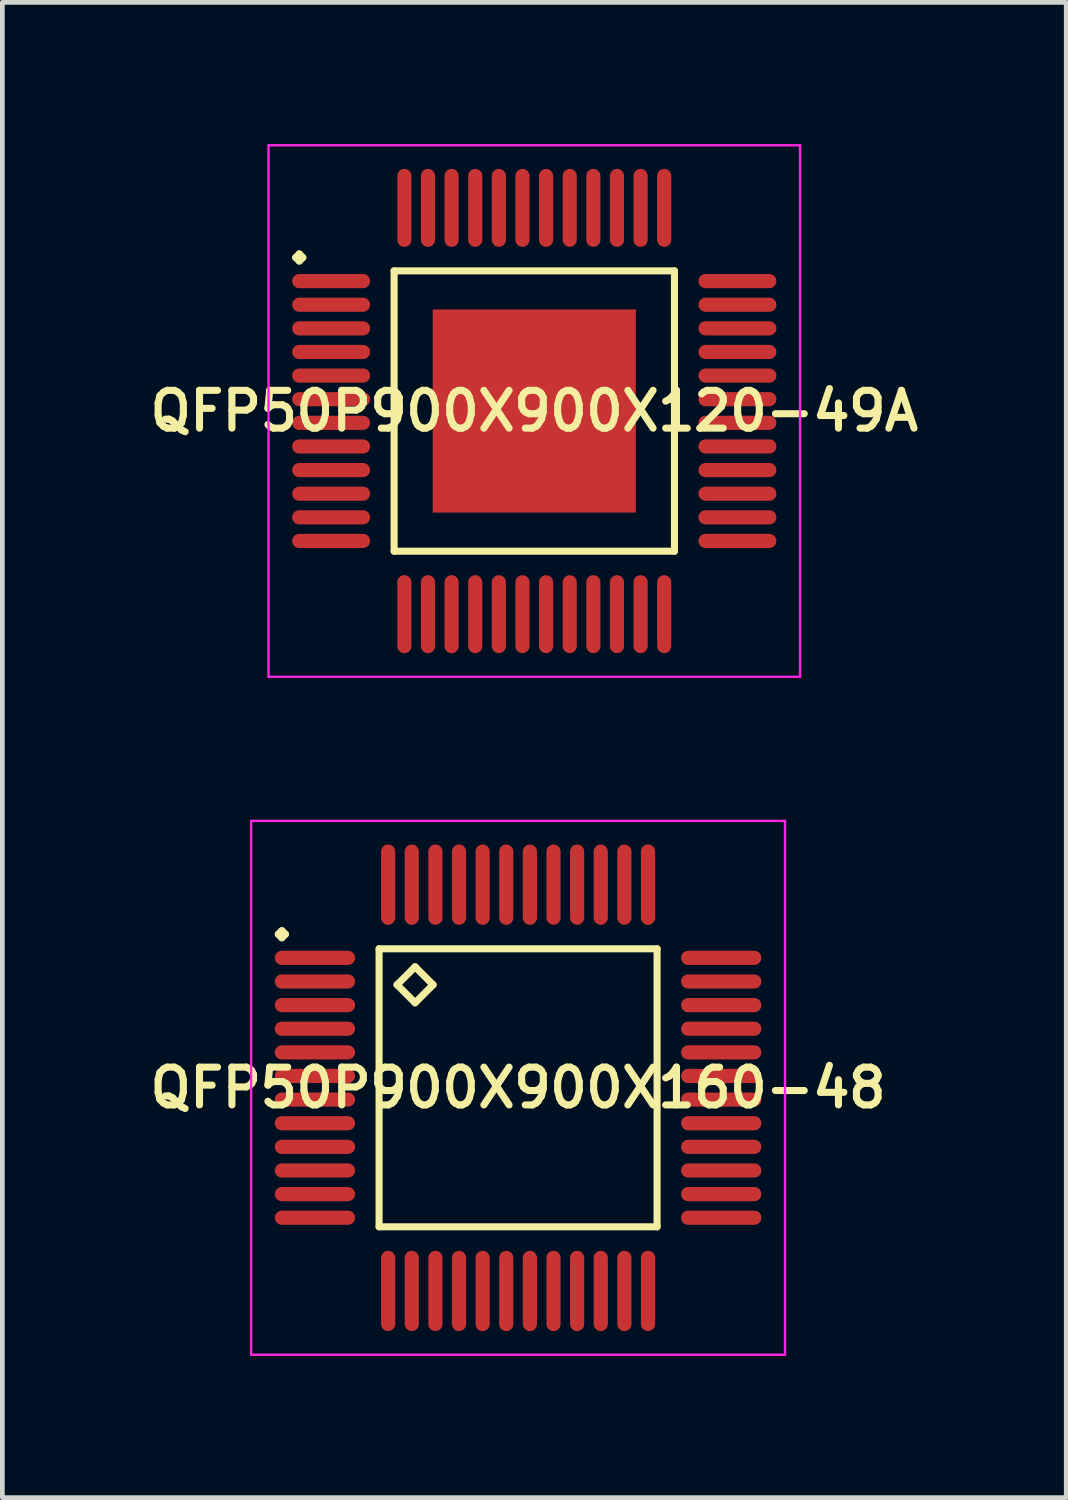
<source format=kicad_pcb>
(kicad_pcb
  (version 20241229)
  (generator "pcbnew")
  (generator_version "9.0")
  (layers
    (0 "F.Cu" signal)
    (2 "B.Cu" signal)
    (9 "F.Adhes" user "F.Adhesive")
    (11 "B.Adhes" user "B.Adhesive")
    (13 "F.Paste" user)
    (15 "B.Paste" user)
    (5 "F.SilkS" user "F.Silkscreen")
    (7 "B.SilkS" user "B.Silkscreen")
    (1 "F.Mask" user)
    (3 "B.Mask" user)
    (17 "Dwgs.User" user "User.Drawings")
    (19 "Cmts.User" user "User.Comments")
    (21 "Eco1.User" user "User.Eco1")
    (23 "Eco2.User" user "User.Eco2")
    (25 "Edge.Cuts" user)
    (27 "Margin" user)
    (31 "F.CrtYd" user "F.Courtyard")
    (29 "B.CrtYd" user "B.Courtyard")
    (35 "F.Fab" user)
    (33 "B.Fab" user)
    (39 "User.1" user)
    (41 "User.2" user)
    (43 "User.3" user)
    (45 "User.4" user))
  (footprint "QFP50P900X900X120-49A"
    (layer "F.Cu")
    (at 8.259 5.65)
    (property "Reference" "QFP50P900X900X120-49A" (at 0 0 0) (layer "F.SilkS") (effects (font (size 0.8 0.8) (thickness 0.15))))
    (attr smd)
    (fp_line (start -5.05 -3.25) (end -4.975 -3.325) (stroke (width 0.15) (type solid)) (layer "F.SilkS"))
    (fp_line (start -4.975 -3.325) (end -4.9 -3.25) (stroke (width 0.15) (type solid)) (layer "F.SilkS"))
    (fp_line (start -4.975 -3.175) (end -5.05 -3.25) (stroke (width 0.15) (type solid)) (layer "F.SilkS"))
    (fp_line (start -4.9 -3.25) (end -4.975 -3.175) (stroke (width 0.15) (type solid)) (layer "F.SilkS"))
    (fp_line (start -2.967 -2.967) (end -2.967 2.967) (stroke (width 0.15) (type solid)) (layer "F.SilkS"))
    (fp_line (start -2.967 2.967) (end 2.967 2.967) (stroke (width 0.15) (type solid)) (layer "F.SilkS"))
    (fp_line (start 2.967 -2.967) (end -2.967 -2.967) (stroke (width 0.15) (type solid)) (layer "F.SilkS"))
    (fp_line (start 2.967 2.967) (end 2.967 -2.967) (stroke (width 0.15) (type solid)) (layer "F.SilkS"))
    (fp_line (start -5.625 -5.625) (end 5.625 -5.625) (stroke (width 0.05) (type solid)) (layer "F.CrtYd"))
    (fp_line (start -5.625 5.625) (end -5.625 -5.625) (stroke (width 0.05) (type solid)) (layer "F.CrtYd"))
    (fp_line (start 5.625 -5.625) (end 5.625 5.625) (stroke (width 0.05) (type solid)) (layer "F.CrtYd"))
    (fp_line (start 5.625 5.625) (end -5.625 5.625) (stroke (width 0.05) (type solid)) (layer "F.CrtYd"))
    (pad "1" smd oval (at -4.3 -2.75) (size 1.65 0.3) (layers "F.Cu" "F.Mask" "F.Paste"))
    (pad "2" smd oval (at -4.3 -2.25) (size 1.65 0.3) (layers "F.Cu" "F.Mask" "F.Paste"))
    (pad "3" smd oval (at -4.3 -1.75) (size 1.65 0.3) (layers "F.Cu" "F.Mask" "F.Paste"))
    (pad "4" smd oval (at -4.3 -1.25) (size 1.65 0.3) (layers "F.Cu" "F.Mask" "F.Paste"))
    (pad "5" smd oval (at -4.3 -0.75) (size 1.65 0.3) (layers "F.Cu" "F.Mask" "F.Paste"))
    (pad "6" smd oval (at -4.3 -0.25) (size 1.65 0.3) (layers "F.Cu" "F.Mask" "F.Paste"))
    (pad "7" smd oval (at -4.3 0.25) (size 1.65 0.3) (layers "F.Cu" "F.Mask" "F.Paste"))
    (pad "8" smd oval (at -4.3 0.75) (size 1.65 0.3) (layers "F.Cu" "F.Mask" "F.Paste"))
    (pad "9" smd oval (at -4.3 1.25) (size 1.65 0.3) (layers "F.Cu" "F.Mask" "F.Paste"))
    (pad "10" smd oval (at -4.3 1.75) (size 1.65 0.3) (layers "F.Cu" "F.Mask" "F.Paste"))
    (pad "11" smd oval (at -4.3 2.25) (size 1.65 0.3) (layers "F.Cu" "F.Mask" "F.Paste"))
    (pad "12" smd oval (at -4.3 2.75) (size 1.65 0.3) (layers "F.Cu" "F.Mask" "F.Paste"))
    (pad "13" smd oval (at -2.75 4.3) (size 0.3 1.65) (layers "F.Cu" "F.Mask" "F.Paste"))
    (pad "14" smd oval (at -2.25 4.3) (size 0.3 1.65) (layers "F.Cu" "F.Mask" "F.Paste"))
    (pad "15" smd oval (at -1.75 4.3) (size 0.3 1.65) (layers "F.Cu" "F.Mask" "F.Paste"))
    (pad "16" smd oval (at -1.25 4.3) (size 0.3 1.65) (layers "F.Cu" "F.Mask" "F.Paste"))
    (pad "17" smd oval (at -0.75 4.3) (size 0.3 1.65) (layers "F.Cu" "F.Mask" "F.Paste"))
    (pad "18" smd oval (at -0.25 4.3) (size 0.3 1.65) (layers "F.Cu" "F.Mask" "F.Paste"))
    (pad "19" smd oval (at 0.25 4.3) (size 0.3 1.65) (layers "F.Cu" "F.Mask" "F.Paste"))
    (pad "20" smd oval (at 0.75 4.3) (size 0.3 1.65) (layers "F.Cu" "F.Mask" "F.Paste"))
    (pad "21" smd oval (at 1.25 4.3) (size 0.3 1.65) (layers "F.Cu" "F.Mask" "F.Paste"))
    (pad "22" smd oval (at 1.75 4.3) (size 0.3 1.65) (layers "F.Cu" "F.Mask" "F.Paste"))
    (pad "23" smd oval (at 2.25 4.3) (size 0.3 1.65) (layers "F.Cu" "F.Mask" "F.Paste"))
    (pad "24" smd oval (at 2.75 4.3) (size 0.3 1.65) (layers "F.Cu" "F.Mask" "F.Paste"))
    (pad "25" smd oval (at 4.3 2.75) (size 1.65 0.3) (layers "F.Cu" "F.Mask" "F.Paste"))
    (pad "26" smd oval (at 4.3 2.25) (size 1.65 0.3) (layers "F.Cu" "F.Mask" "F.Paste"))
    (pad "27" smd oval (at 4.3 1.75) (size 1.65 0.3) (layers "F.Cu" "F.Mask" "F.Paste"))
    (pad "28" smd oval (at 4.3 1.25) (size 1.65 0.3) (layers "F.Cu" "F.Mask" "F.Paste"))
    (pad "29" smd oval (at 4.3 0.75) (size 1.65 0.3) (layers "F.Cu" "F.Mask" "F.Paste"))
    (pad "30" smd oval (at 4.3 0.25) (size 1.65 0.3) (layers "F.Cu" "F.Mask" "F.Paste"))
    (pad "31" smd oval (at 4.3 -0.25) (size 1.65 0.3) (layers "F.Cu" "F.Mask" "F.Paste"))
    (pad "32" smd oval (at 4.3 -0.75) (size 1.65 0.3) (layers "F.Cu" "F.Mask" "F.Paste"))
    (pad "33" smd oval (at 4.3 -1.25) (size 1.65 0.3) (layers "F.Cu" "F.Mask" "F.Paste"))
    (pad "34" smd oval (at 4.3 -1.75) (size 1.65 0.3) (layers "F.Cu" "F.Mask" "F.Paste"))
    (pad "35" smd oval (at 4.3 -2.25) (size 1.65 0.3) (layers "F.Cu" "F.Mask" "F.Paste"))
    (pad "36" smd oval (at 4.3 -2.75) (size 1.65 0.3) (layers "F.Cu" "F.Mask" "F.Paste"))
    (pad "37" smd oval (at 2.75 -4.3) (size 0.3 1.65) (layers "F.Cu" "F.Mask" "F.Paste"))
    (pad "38" smd oval (at 2.25 -4.3) (size 0.3 1.65) (layers "F.Cu" "F.Mask" "F.Paste"))
    (pad "39" smd oval (at 1.75 -4.3) (size 0.3 1.65) (layers "F.Cu" "F.Mask" "F.Paste"))
    (pad "40" smd oval (at 1.25 -4.3) (size 0.3 1.65) (layers "F.Cu" "F.Mask" "F.Paste"))
    (pad "41" smd oval (at 0.75 -4.3) (size 0.3 1.65) (layers "F.Cu" "F.Mask" "F.Paste"))
    (pad "42" smd oval (at 0.25 -4.3) (size 0.3 1.65) (layers "F.Cu" "F.Mask" "F.Paste"))
    (pad "43" smd oval (at -0.25 -4.3) (size 0.3 1.65) (layers "F.Cu" "F.Mask" "F.Paste"))
    (pad "44" smd oval (at -0.75 -4.3) (size 0.3 1.65) (layers "F.Cu" "F.Mask" "F.Paste"))
    (pad "45" smd oval (at -1.25 -4.3) (size 0.3 1.65) (layers "F.Cu" "F.Mask" "F.Paste"))
    (pad "46" smd oval (at -1.75 -4.3) (size 0.3 1.65) (layers "F.Cu" "F.Mask" "F.Paste"))
    (pad "47" smd oval (at -2.25 -4.3) (size 0.3 1.65) (layers "F.Cu" "F.Mask" "F.Paste"))
    (pad "48" smd oval (at -2.75 -4.3) (size 0.3 1.65) (layers "F.Cu" "F.Mask" "F.Paste"))
    (pad "49" smd rect (at 0 0) (size 4.3 4.3) (layers "F.Cu" "F.Mask" "F.Paste")))
  (footprint "QFP50P900X900X160-48"
    (layer "F.Cu")
    (at 7.916 19.975)
    (property "Reference" "QFP50P900X900X160-48" (at 0 0 0) (layer "F.SilkS") (effects (font (size 0.8 0.8) (thickness 0.15))))
    (attr smd)
    (fp_line (start -5.075 -3.25) (end -5 -3.325) (stroke (width 0.15) (type solid)) (layer "F.SilkS"))
    (fp_line (start -5 -3.325) (end -4.925 -3.25) (stroke (width 0.15) (type solid)) (layer "F.SilkS"))
    (fp_line (start -5 -3.175) (end -5.075 -3.25) (stroke (width 0.15) (type solid)) (layer "F.SilkS"))
    (fp_line (start -4.925 -3.25) (end -5 -3.175) (stroke (width 0.15) (type solid)) (layer "F.SilkS"))
    (fp_line (start -2.942 -2.942) (end -2.942 2.942) (stroke (width 0.15) (type solid)) (layer "F.SilkS"))
    (fp_line (start -2.942 2.942) (end 2.942 2.942) (stroke (width 0.15) (type solid)) (layer "F.SilkS"))
    (fp_line (start -2.561 -2.18) (end -2.18 -2.561) (stroke (width 0.15) (type solid)) (layer "F.SilkS"))
    (fp_line (start -2.18 -2.561) (end -1.799 -2.18) (stroke (width 0.15) (type solid)) (layer "F.SilkS"))
    (fp_line (start -2.18 -1.799) (end -2.561 -2.18) (stroke (width 0.15) (type solid)) (layer "F.SilkS"))
    (fp_line (start -1.799 -2.18) (end -2.18 -1.799) (stroke (width 0.15) (type solid)) (layer "F.SilkS"))
    (fp_line (start 2.942 -2.942) (end -2.942 -2.942) (stroke (width 0.15) (type solid)) (layer "F.SilkS"))
    (fp_line (start 2.942 2.942) (end 2.942 -2.942) (stroke (width 0.15) (type solid)) (layer "F.SilkS"))
    (fp_line (start -5.65 -5.65) (end 5.65 -5.65) (stroke (width 0.05) (type solid)) (layer "F.CrtYd"))
    (fp_line (start -5.65 5.65) (end -5.65 -5.65) (stroke (width 0.05) (type solid)) (layer "F.CrtYd"))
    (fp_line (start 5.65 -5.65) (end 5.65 5.65) (stroke (width 0.05) (type solid)) (layer "F.CrtYd"))
    (fp_line (start 5.65 5.65) (end -5.65 5.65) (stroke (width 0.05) (type solid)) (layer "F.CrtYd"))
    (pad "1" smd oval (at -4.3 -2.75) (size 1.7 0.3) (layers "F.Cu" "F.Mask" "F.Paste"))
    (pad "2" smd oval (at -4.3 -2.25) (size 1.7 0.3) (layers "F.Cu" "F.Mask" "F.Paste"))
    (pad "3" smd oval (at -4.3 -1.75) (size 1.7 0.3) (layers "F.Cu" "F.Mask" "F.Paste"))
    (pad "4" smd oval (at -4.3 -1.25) (size 1.7 0.3) (layers "F.Cu" "F.Mask" "F.Paste"))
    (pad "5" smd oval (at -4.3 -0.75) (size 1.7 0.3) (layers "F.Cu" "F.Mask" "F.Paste"))
    (pad "6" smd oval (at -4.3 -0.25) (size 1.7 0.3) (layers "F.Cu" "F.Mask" "F.Paste"))
    (pad "7" smd oval (at -4.3 0.25) (size 1.7 0.3) (layers "F.Cu" "F.Mask" "F.Paste"))
    (pad "8" smd oval (at -4.3 0.75) (size 1.7 0.3) (layers "F.Cu" "F.Mask" "F.Paste"))
    (pad "9" smd oval (at -4.3 1.25) (size 1.7 0.3) (layers "F.Cu" "F.Mask" "F.Paste"))
    (pad "10" smd oval (at -4.3 1.75) (size 1.7 0.3) (layers "F.Cu" "F.Mask" "F.Paste"))
    (pad "11" smd oval (at -4.3 2.25) (size 1.7 0.3) (layers "F.Cu" "F.Mask" "F.Paste"))
    (pad "12" smd oval (at -4.3 2.75) (size 1.7 0.3) (layers "F.Cu" "F.Mask" "F.Paste"))
    (pad "13" smd oval (at -2.75 4.3) (size 0.3 1.7) (layers "F.Cu" "F.Mask" "F.Paste"))
    (pad "14" smd oval (at -2.25 4.3) (size 0.3 1.7) (layers "F.Cu" "F.Mask" "F.Paste"))
    (pad "15" smd oval (at -1.75 4.3) (size 0.3 1.7) (layers "F.Cu" "F.Mask" "F.Paste"))
    (pad "16" smd oval (at -1.25 4.3) (size 0.3 1.7) (layers "F.Cu" "F.Mask" "F.Paste"))
    (pad "17" smd oval (at -0.75 4.3) (size 0.3 1.7) (layers "F.Cu" "F.Mask" "F.Paste"))
    (pad "18" smd oval (at -0.25 4.3) (size 0.3 1.7) (layers "F.Cu" "F.Mask" "F.Paste"))
    (pad "19" smd oval (at 0.25 4.3) (size 0.3 1.7) (layers "F.Cu" "F.Mask" "F.Paste"))
    (pad "20" smd oval (at 0.75 4.3) (size 0.3 1.7) (layers "F.Cu" "F.Mask" "F.Paste"))
    (pad "21" smd oval (at 1.25 4.3) (size 0.3 1.7) (layers "F.Cu" "F.Mask" "F.Paste"))
    (pad "22" smd oval (at 1.75 4.3) (size 0.3 1.7) (layers "F.Cu" "F.Mask" "F.Paste"))
    (pad "23" smd oval (at 2.25 4.3) (size 0.3 1.7) (layers "F.Cu" "F.Mask" "F.Paste"))
    (pad "24" smd oval (at 2.75 4.3) (size 0.3 1.7) (layers "F.Cu" "F.Mask" "F.Paste"))
    (pad "25" smd oval (at 4.3 2.75) (size 1.7 0.3) (layers "F.Cu" "F.Mask" "F.Paste"))
    (pad "26" smd oval (at 4.3 2.25) (size 1.7 0.3) (layers "F.Cu" "F.Mask" "F.Paste"))
    (pad "27" smd oval (at 4.3 1.75) (size 1.7 0.3) (layers "F.Cu" "F.Mask" "F.Paste"))
    (pad "28" smd oval (at 4.3 1.25) (size 1.7 0.3) (layers "F.Cu" "F.Mask" "F.Paste"))
    (pad "29" smd oval (at 4.3 0.75) (size 1.7 0.3) (layers "F.Cu" "F.Mask" "F.Paste"))
    (pad "30" smd oval (at 4.3 0.25) (size 1.7 0.3) (layers "F.Cu" "F.Mask" "F.Paste"))
    (pad "31" smd oval (at 4.3 -0.25) (size 1.7 0.3) (layers "F.Cu" "F.Mask" "F.Paste"))
    (pad "32" smd oval (at 4.3 -0.75) (size 1.7 0.3) (layers "F.Cu" "F.Mask" "F.Paste"))
    (pad "33" smd oval (at 4.3 -1.25) (size 1.7 0.3) (layers "F.Cu" "F.Mask" "F.Paste"))
    (pad "34" smd oval (at 4.3 -1.75) (size 1.7 0.3) (layers "F.Cu" "F.Mask" "F.Paste"))
    (pad "35" smd oval (at 4.3 -2.25) (size 1.7 0.3) (layers "F.Cu" "F.Mask" "F.Paste"))
    (pad "36" smd oval (at 4.3 -2.75) (size 1.7 0.3) (layers "F.Cu" "F.Mask" "F.Paste"))
    (pad "37" smd oval (at 2.75 -4.3) (size 0.3 1.7) (layers "F.Cu" "F.Mask" "F.Paste"))
    (pad "38" smd oval (at 2.25 -4.3) (size 0.3 1.7) (layers "F.Cu" "F.Mask" "F.Paste"))
    (pad "39" smd oval (at 1.75 -4.3) (size 0.3 1.7) (layers "F.Cu" "F.Mask" "F.Paste"))
    (pad "40" smd oval (at 1.25 -4.3) (size 0.3 1.7) (layers "F.Cu" "F.Mask" "F.Paste"))
    (pad "41" smd oval (at 0.75 -4.3) (size 0.3 1.7) (layers "F.Cu" "F.Mask" "F.Paste"))
    (pad "42" smd oval (at 0.25 -4.3) (size 0.3 1.7) (layers "F.Cu" "F.Mask" "F.Paste"))
    (pad "43" smd oval (at -0.25 -4.3) (size 0.3 1.7) (layers "F.Cu" "F.Mask" "F.Paste"))
    (pad "44" smd oval (at -0.75 -4.3) (size 0.3 1.7) (layers "F.Cu" "F.Mask" "F.Paste"))
    (pad "45" smd oval (at -1.25 -4.3) (size 0.3 1.7) (layers "F.Cu" "F.Mask" "F.Paste"))
    (pad "46" smd oval (at -1.75 -4.3) (size 0.3 1.7) (layers "F.Cu" "F.Mask" "F.Paste"))
    (pad "47" smd oval (at -2.25 -4.3) (size 0.3 1.7) (layers "F.Cu" "F.Mask" "F.Paste"))
    (pad "48" smd oval (at -2.75 -4.3) (size 0.3 1.7) (layers "F.Cu" "F.Mask" "F.Paste")))
  (gr_rect
    (start -3 -3)
    (end 19.519 28.65)
    (stroke (width 0.1) (type default))
    (fill no)
    (layer "Edge.Cuts")))
</source>
